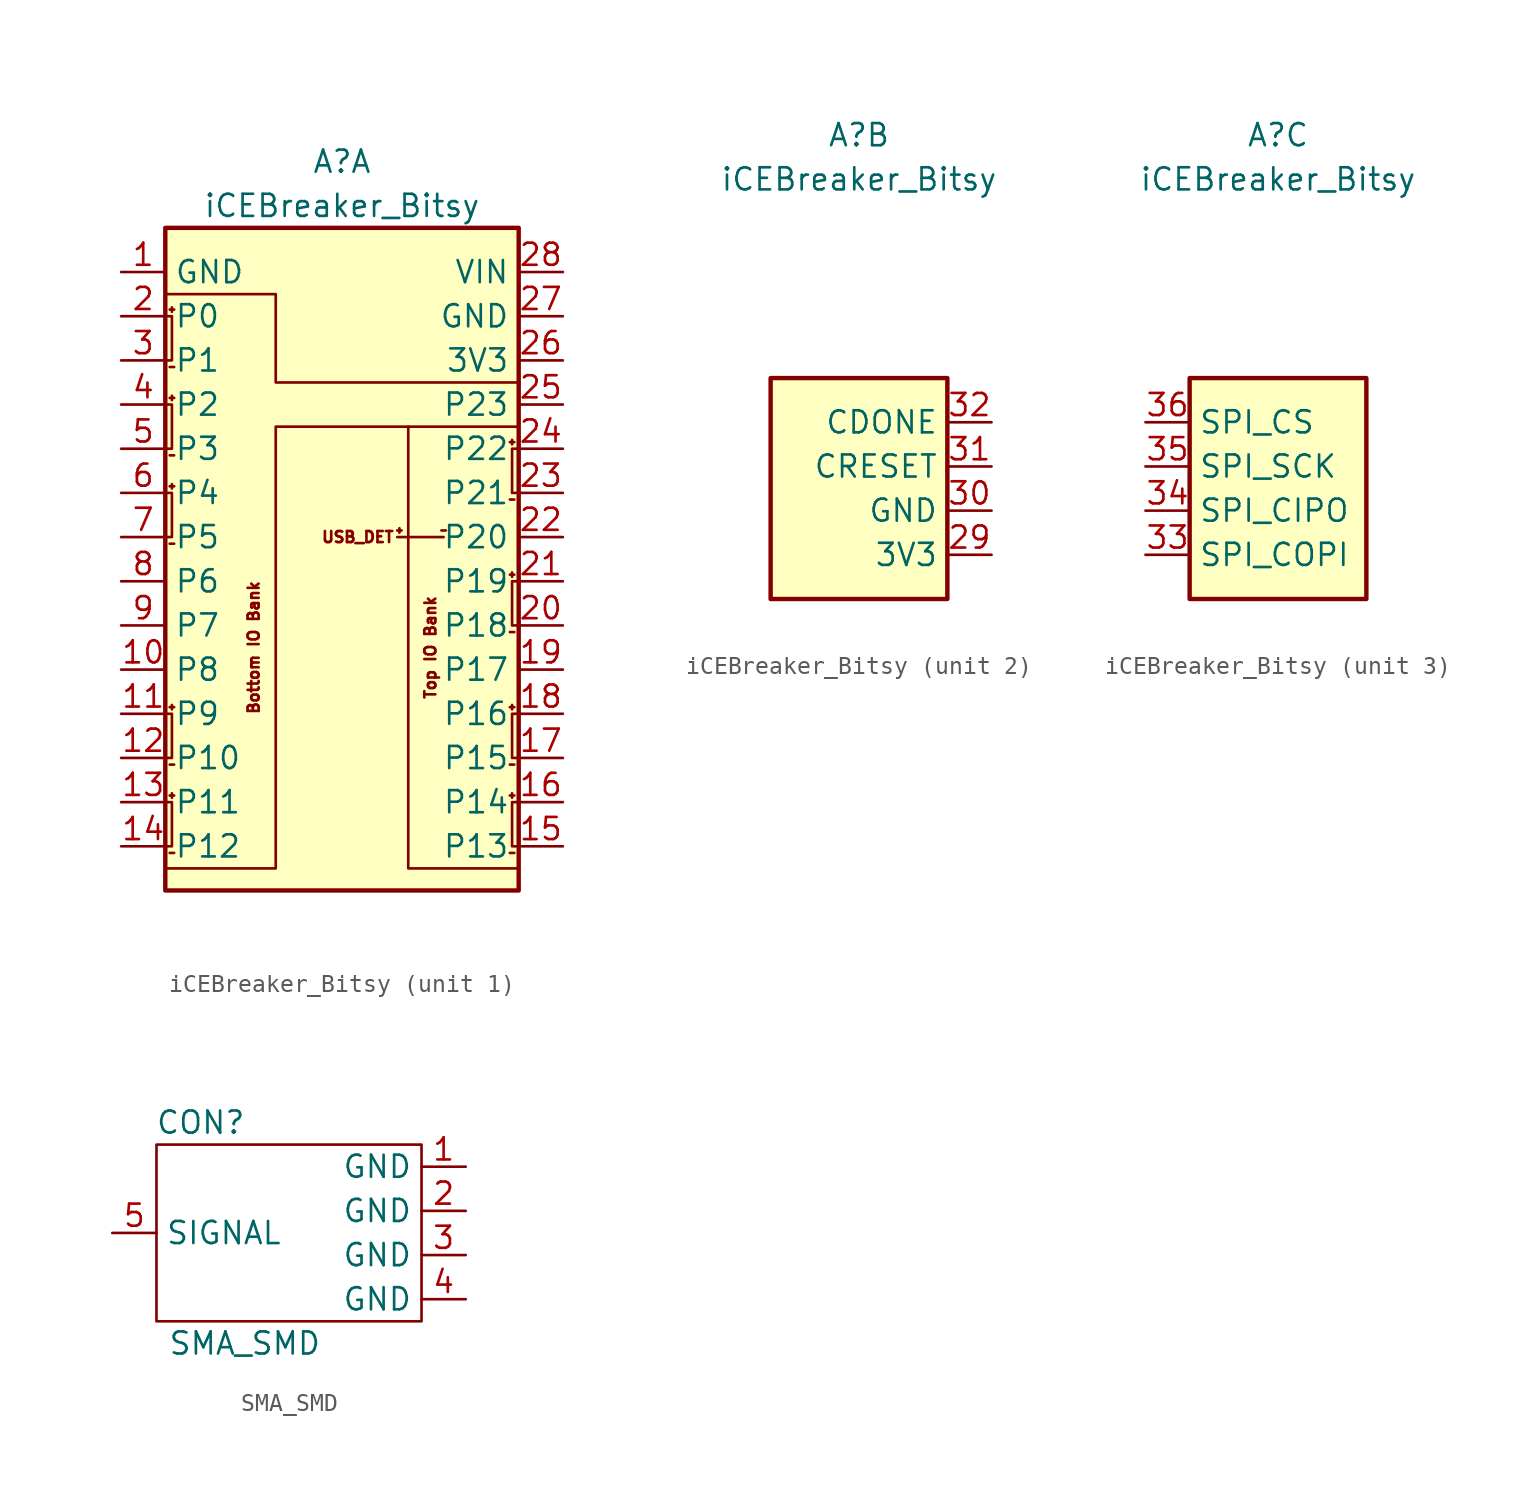
<source format=kicad_sym>
(kicad_symbol_lib
  (version 20211014)
  (generator kicad_symbol_editor)
  (symbol "iCEBreaker_Bitsy"
    (property "Reference" "A"
      (at 0 21.59 0)
      (effects (font (size 1.27 1.27))))
    (property "Value" "iCEBreaker_Bitsy"
      (at 0 19.05 0)
      (effects (font (size 1.27 1.27))))
    (property "ki_locked" ""
      (at 0 0 0)
      (effects (font (size 1.27 1.27))))
    (symbol "iCEBreaker_Bitsy_1_0"
      (polyline (pts (xy 3.175 0.381) (xy 3.429 0.381)) (stroke (width 0) (type default) (color 0 0 0 0)) (fill (type none)))
      (polyline (pts (xy 3.302 0.508) (xy 3.302 0.254)) (stroke (width 0) (type default) (color 0 0 0 0)) (fill (type none)))
      (polyline (pts (xy 5.715 0.381) (xy 5.969 0.381)) (stroke (width 0) (type default) (color 0 0 0 0)) (fill (type none)))
      (polyline (pts (xy 9.652 2.159) (xy 9.906 2.159)) (stroke (width 0) (type default) (color 0 0 0 0)) (fill (type none)))
      (polyline (pts (xy 9.652 5.461) (xy 9.906 5.461)) (stroke (width 0) (type default) (color 0 0 0 0)) (fill (type none)))
      (polyline (pts (xy 9.779 5.334) (xy 9.779 5.588)) (stroke (width 0) (type default) (color 0 0 0 0)) (fill (type none)))
      (polyline (pts (xy 10.16 -19.05) (xy 3.81 -19.05) (xy 3.81 6.35)) (stroke (width 0) (type default) (color 0 0 0 0)) (fill (type none)))
      (polyline (pts (xy -10.16 13.97) (xy -3.81 13.97) (xy -3.81 8.89) (xy 10.16 8.89)) (stroke (width 0) (type default) (color 0 0 0 0)) (fill (type none)))
      (polyline (pts (xy 10.16 2.54) (xy 9.779 2.54) (xy 9.779 5.08) (xy 10.16 5.08)) (stroke (width 0) (type default) (color 0 0 0 0)) (fill (type none)))
      (polyline (pts (xy 10.16 6.35) (xy -3.81 6.35) (xy -3.81 -19.05) (xy -10.16 -19.05)) (stroke (width 0) (type default) (color 0 0 0 0)) (fill (type none)))
      (text "Bottom IO Bank" (at -5.08 -6.35 900) (effects (font (size 0.635 0.635))))
      (text "Top IO Bank" (at 5.08 -6.35 900) (effects (font (size 0.635 0.635))))
      (text "USB_DET" (at 3.048 0 0) (effects (font (size 0.635 0.635)) (justify right))))
    (symbol "iCEBreaker_Bitsy_1_1"
      (rectangle (start -10.16 17.78) (end 10.16 -20.32) (stroke (width 0.254) (type default) (color 0 0 0 0)) (fill (type background)))
      (polyline (pts (xy -9.906 -18.161) (xy -9.652 -18.161)) (stroke (width 0) (type default) (color 0 0 0 0)) (fill (type none)))
      (polyline (pts (xy -9.906 -14.859) (xy -9.652 -14.859)) (stroke (width 0) (type default) (color 0 0 0 0)) (fill (type none)))
      (polyline (pts (xy -9.906 -13.081) (xy -9.652 -13.081)) (stroke (width 0) (type default) (color 0 0 0 0)) (fill (type none)))
      (polyline (pts (xy -9.906 -9.779) (xy -9.652 -9.779)) (stroke (width 0) (type default) (color 0 0 0 0)) (fill (type none)))
      (polyline (pts (xy -9.906 -0.381) (xy -9.652 -0.381)) (stroke (width 0) (type default) (color 0 0 0 0)) (fill (type none)))
      (polyline (pts (xy -9.906 2.921) (xy -9.652 2.921)) (stroke (width 0) (type default) (color 0 0 0 0)) (fill (type none)))
      (polyline (pts (xy -9.906 4.699) (xy -9.652 4.699)) (stroke (width 0) (type default) (color 0 0 0 0)) (fill (type none)))
      (polyline (pts (xy -9.906 8.001) (xy -9.652 8.001)) (stroke (width 0) (type default) (color 0 0 0 0)) (fill (type none)))
      (polyline (pts (xy -9.906 9.779) (xy -9.652 9.779)) (stroke (width 0) (type default) (color 0 0 0 0)) (fill (type none)))
      (polyline (pts (xy -9.906 13.081) (xy -9.652 13.081)) (stroke (width 0) (type default) (color 0 0 0 0)) (fill (type none)))
      (polyline (pts (xy -9.779 -14.986) (xy -9.779 -14.732)) (stroke (width 0) (type default) (color 0 0 0 0)) (fill (type none)))
      (polyline (pts (xy -9.779 -9.906) (xy -9.779 -9.652)) (stroke (width 0) (type default) (color 0 0 0 0)) (fill (type none)))
      (polyline (pts (xy -9.779 2.794) (xy -9.779 3.048)) (stroke (width 0) (type default) (color 0 0 0 0)) (fill (type none)))
      (polyline (pts (xy -9.779 7.874) (xy -9.779 8.128)) (stroke (width 0) (type default) (color 0 0 0 0)) (fill (type none)))
      (polyline (pts (xy -9.779 13.208) (xy -9.779 12.954)) (stroke (width 0) (type default) (color 0 0 0 0)) (fill (type none)))
      (polyline (pts (xy 5.842 0) (xy 3.175 0)) (stroke (width 0) (type default) (color 0 0 0 0)) (fill (type none)))
      (polyline (pts (xy 9.652 -18.161) (xy 9.906 -18.161)) (stroke (width 0) (type default) (color 0 0 0 0)) (fill (type none)))
      (polyline (pts (xy 9.652 -14.859) (xy 9.906 -14.859)) (stroke (width 0) (type default) (color 0 0 0 0)) (fill (type none)))
      (polyline (pts (xy 9.652 -13.081) (xy 9.906 -13.081)) (stroke (width 0) (type default) (color 0 0 0 0)) (fill (type none)))
      (polyline (pts (xy 9.652 -9.779) (xy 9.906 -9.779)) (stroke (width 0) (type default) (color 0 0 0 0)) (fill (type none)))
      (polyline (pts (xy 9.652 -5.461) (xy 9.906 -5.461)) (stroke (width 0) (type default) (color 0 0 0 0)) (fill (type none)))
      (polyline (pts (xy 9.652 -2.159) (xy 9.906 -2.159)) (stroke (width 0) (type default) (color 0 0 0 0)) (fill (type none)))
      (polyline (pts (xy 9.779 -14.986) (xy 9.779 -14.732)) (stroke (width 0) (type default) (color 0 0 0 0)) (fill (type none)))
      (polyline (pts (xy 9.779 -9.906) (xy 9.779 -9.652)) (stroke (width 0) (type default) (color 0 0 0 0)) (fill (type none)))
      (polyline (pts (xy 9.779 -2.286) (xy 9.779 -2.032)) (stroke (width 0) (type default) (color 0 0 0 0)) (fill (type none)))
      (polyline (pts (xy -10.16 -15.24) (xy -9.779 -15.24) (xy -9.779 -17.78) (xy -10.16 -17.78)) (stroke (width 0) (type default) (color 0 0 0 0)) (fill (type none)))
      (polyline (pts (xy -10.16 -10.16) (xy -9.779 -10.16) (xy -9.779 -12.7) (xy -10.16 -12.7)) (stroke (width 0) (type default) (color 0 0 0 0)) (fill (type none)))
      (polyline (pts (xy -10.16 2.54) (xy -9.779 2.54) (xy -9.779 0) (xy -10.16 0)) (stroke (width 0) (type default) (color 0 0 0 0)) (fill (type none)))
      (polyline (pts (xy -10.16 7.62) (xy -9.779 7.62) (xy -9.779 5.08) (xy -10.16 5.08)) (stroke (width 0) (type default) (color 0 0 0 0)) (fill (type none)))
      (polyline (pts (xy -10.16 12.7) (xy -9.779 12.7) (xy -9.779 10.16) (xy -10.16 10.16)) (stroke (width 0) (type default) (color 0 0 0 0)) (fill (type none)))
      (polyline (pts (xy 10.16 -17.78) (xy 9.779 -17.78) (xy 9.779 -15.24) (xy 10.16 -15.24)) (stroke (width 0) (type default) (color 0 0 0 0)) (fill (type none)))
      (polyline (pts (xy 10.16 -12.7) (xy 9.779 -12.7) (xy 9.779 -10.16) (xy 10.16 -10.16)) (stroke (width 0) (type default) (color 0 0 0 0)) (fill (type none)))
      (polyline (pts (xy 10.16 -5.08) (xy 9.779 -5.08) (xy 9.779 -2.54) (xy 10.16 -2.54)) (stroke (width 0) (type default) (color 0 0 0 0)) (fill (type none)))
      (pin power_out line (at -12.7 15.24 0) (length 2.54) (name "GND" (effects (font (size 1.27 1.27)))) (number "1" (effects (font (size 1.27 1.27)))))
      (pin bidirectional line (at -12.7 -7.62 0) (length 2.54) (name "P8" (effects (font (size 1.27 1.27)))) (number "10" (effects (font (size 1.27 1.27)))))
      (pin bidirectional line (at -12.7 -10.16 0) (length 2.54) (name "P9" (effects (font (size 1.27 1.27)))) (number "11" (effects (font (size 1.27 1.27)))))
      (pin bidirectional line (at -12.7 -12.7 0) (length 2.54) (name "P10" (effects (font (size 1.27 1.27)))) (number "12" (effects (font (size 1.27 1.27)))))
      (pin bidirectional line (at -12.7 -15.24 0) (length 2.54) (name "P11" (effects (font (size 1.27 1.27)))) (number "13" (effects (font (size 1.27 1.27)))))
      (pin bidirectional line (at -12.7 -17.78 0) (length 2.54) (name "P12" (effects (font (size 1.27 1.27)))) (number "14" (effects (font (size 1.27 1.27)))))
      (pin bidirectional line (at 12.7 -17.78 180) (length 2.54) (name "P13" (effects (font (size 1.27 1.27)))) (number "15" (effects (font (size 1.27 1.27)))))
      (pin bidirectional line (at 12.7 -15.24 180) (length 2.54) (name "P14" (effects (font (size 1.27 1.27)))) (number "16" (effects (font (size 1.27 1.27)))))
      (pin bidirectional line (at 12.7 -12.7 180) (length 2.54) (name "P15" (effects (font (size 1.27 1.27)))) (number "17" (effects (font (size 1.27 1.27)))))
      (pin bidirectional line (at 12.7 -10.16 180) (length 2.54) (name "P16" (effects (font (size 1.27 1.27)))) (number "18" (effects (font (size 1.27 1.27)))))
      (pin bidirectional line (at 12.7 -7.62 180) (length 2.54) (name "P17" (effects (font (size 1.27 1.27)))) (number "19" (effects (font (size 1.27 1.27)))))
      (pin bidirectional line (at -12.7 12.7 0) (length 2.54) (name "P0" (effects (font (size 1.27 1.27)))) (number "2" (effects (font (size 1.27 1.27)))))
      (pin bidirectional line (at 12.7 -5.08 180) (length 2.54) (name "P18" (effects (font (size 1.27 1.27)))) (number "20" (effects (font (size 1.27 1.27)))))
      (pin bidirectional line (at 12.7 -2.54 180) (length 2.54) (name "P19" (effects (font (size 1.27 1.27)))) (number "21" (effects (font (size 1.27 1.27)))))
      (pin bidirectional line (at 12.7 0 180) (length 2.54) (name "P20" (effects (font (size 1.27 1.27)))) (number "22" (effects (font (size 1.27 1.27)))))
      (pin bidirectional line (at 12.7 2.54 180) (length 2.54) (name "P21" (effects (font (size 1.27 1.27)))) (number "23" (effects (font (size 1.27 1.27)))))
      (pin bidirectional line (at 12.7 5.08 180) (length 2.54) (name "P22" (effects (font (size 1.27 1.27)))) (number "24" (effects (font (size 1.27 1.27)))))
      (pin bidirectional line (at 12.7 7.62 180) (length 2.54) (name "P23" (effects (font (size 1.27 1.27)))) (number "25" (effects (font (size 1.27 1.27)))))
      (pin power_out line (at 12.7 10.16 180) (length 2.54) (name "3V3" (effects (font (size 1.27 1.27)))) (number "26" (effects (font (size 1.27 1.27)))))
      (pin power_out line (at 12.7 12.7 180) (length 2.54) (name "GND" (effects (font (size 1.27 1.27)))) (number "27" (effects (font (size 1.27 1.27)))))
      (pin power_in line (at 12.7 15.24 180) (length 2.54) (name "VIN" (effects (font (size 1.27 1.27)))) (number "28" (effects (font (size 1.27 1.27)))))
      (pin bidirectional line (at -12.7 10.16 0) (length 2.54) (name "P1" (effects (font (size 1.27 1.27)))) (number "3" (effects (font (size 1.27 1.27)))))
      (pin bidirectional line (at -12.7 7.62 0) (length 2.54) (name "P2" (effects (font (size 1.27 1.27)))) (number "4" (effects (font (size 1.27 1.27)))))
      (pin bidirectional line (at -12.7 5.08 0) (length 2.54) (name "P3" (effects (font (size 1.27 1.27)))) (number "5" (effects (font (size 1.27 1.27)))))
      (pin bidirectional line (at -12.7 2.54 0) (length 2.54) (name "P4" (effects (font (size 1.27 1.27)))) (number "6" (effects (font (size 1.27 1.27)))))
      (pin bidirectional line (at -12.7 0 0) (length 2.54) (name "P5" (effects (font (size 1.27 1.27)))) (number "7" (effects (font (size 1.27 1.27)))))
      (pin bidirectional line (at -12.7 -2.54 0) (length 2.54) (name "P6" (effects (font (size 1.27 1.27)))) (number "8" (effects (font (size 1.27 1.27)))))
      (pin bidirectional line (at -12.7 -5.08 0) (length 2.54) (name "P7" (effects (font (size 1.27 1.27)))) (number "9" (effects (font (size 1.27 1.27))))))
    (symbol "iCEBreaker_Bitsy_2_1"
      (rectangle (start -5.08 7.62) (end 5.08 -5.08) (stroke (width 0.254) (type default) (color 0 0 0 0)) (fill (type background)))
      (pin power_out line (at 7.62 -2.54 180) (length 2.54) (name "3V3" (effects (font (size 1.27 1.27)))) (number "29" (effects (font (size 1.27 1.27)))))
      (pin power_out line (at 7.62 0 180) (length 2.54) (name "GND" (effects (font (size 1.27 1.27)))) (number "30" (effects (font (size 1.27 1.27)))))
      (pin input line (at 7.62 2.54 180) (length 2.54) (name "CRESET" (effects (font (size 1.27 1.27)))) (number "31" (effects (font (size 1.27 1.27)))))
      (pin output line (at 7.62 5.08 180) (length 2.54) (name "CDONE" (effects (font (size 1.27 1.27)))) (number "32" (effects (font (size 1.27 1.27))))))
    (symbol "iCEBreaker_Bitsy_3_1"
      (rectangle (start -5.08 7.62) (end 5.08 -5.08) (stroke (width 0.254) (type default) (color 0 0 0 0)) (fill (type background)))
      (pin bidirectional line (at -7.62 -2.54 0) (length 2.54) (name "SPI_COPI" (effects (font (size 1.27 1.27)))) (number "33" (effects (font (size 1.27 1.27)))))
      (pin bidirectional line (at -7.62 0 0) (length 2.54) (name "SPI_CIPO" (effects (font (size 1.27 1.27)))) (number "34" (effects (font (size 1.27 1.27)))))
      (pin bidirectional line (at -7.62 2.54 0) (length 2.54) (name "SPI_SCK" (effects (font (size 1.27 1.27)))) (number "35" (effects (font (size 1.27 1.27)))))
      (pin bidirectional line (at -7.62 5.08 0) (length 2.54) (name "SPI_CS" (effects (font (size 1.27 1.27)))) (number "36" (effects (font (size 1.27 1.27)))))))
  (symbol "SMA_SMD"
    (property "Reference" "CON"
      (at -5.08 6.35 0)
      (effects (font (size 1.27 1.27))))
    (property "Value" "SMA_SMD"
      (at -2.54 -6.35 0)
      (effects (font (size 1.27 1.27))))
    (symbol "SMA_SMD_0_1"
      (rectangle (start -7.62 5.08) (end 7.62 -5.08) (stroke (width 0) (type default) (color 0 0 0 0)) (fill (type none))))
    (symbol "SMA_SMD_1_1"
      (pin input line (at 10.16 3.81 180) (length 2.54) (name "GND" (effects (font (size 1.27 1.27)))) (number "1" (effects (font (size 1.27 1.27)))))
      (pin input line (at 10.16 1.27 180) (length 2.54) (name "GND" (effects (font (size 1.27 1.27)))) (number "2" (effects (font (size 1.27 1.27)))))
      (pin input line (at 10.16 -1.27 180) (length 2.54) (name "GND" (effects (font (size 1.27 1.27)))) (number "3" (effects (font (size 1.27 1.27)))))
      (pin input line (at 10.16 -3.81 180) (length 2.54) (name "GND" (effects (font (size 1.27 1.27)))) (number "4" (effects (font (size 1.27 1.27)))))
      (pin input line (at -10.16 0 0) (length 2.54) (name "SIGNAL" (effects (font (size 1.27 1.27)))) (number "5" (effects (font (size 1.27 1.27))))))))
</source>
